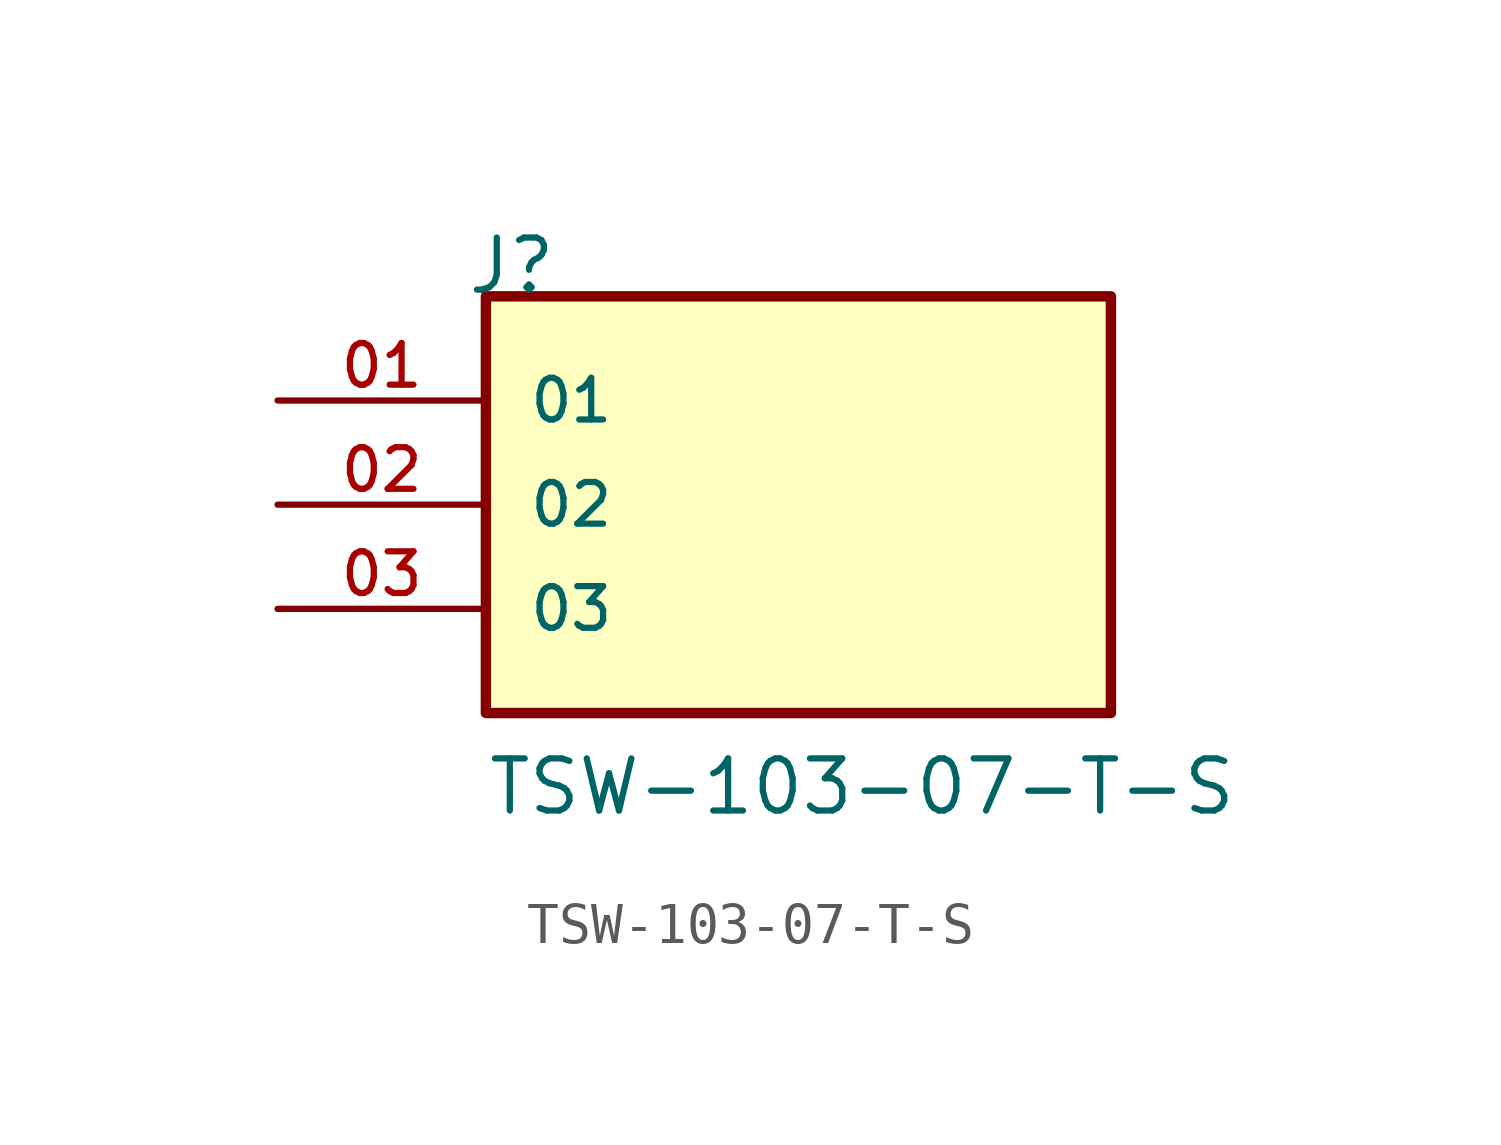
<source format=kicad_sym>
(kicad_symbol_lib
  (version 20211014)
  (generator kicad_symbol_editor)
  (symbol "TSW-103-07-T-S"
    (pin_names
      (offset 1.016))
    (property "Reference" "J"
      (at -8.12 5.08 0)
      (effects (font (size 1.27 1.27)) (justify bottom left)))
    (property "Value" "TSW-103-07-T-S"
      (at -7.62 -7.62 0)
      (effects (font (size 1.27 1.27)) (justify bottom left)))
    (symbol "TSW-103-07-T-S_0_0"
      (rectangle (start -7.62 -5.08) (end 7.62 5.08) (stroke (width 0.254)) (fill (type background)))
      (pin passive line (at -12.7 2.54 0) (length 5.08) (name "01" (effects (font (size 1.016 1.016)))) (number "01" (effects (font (size 1.016 1.016)))))
      (pin passive line (at -12.7 0.0 0) (length 5.08) (name "02" (effects (font (size 1.016 1.016)))) (number "02" (effects (font (size 1.016 1.016)))))
      (pin passive line (at -12.7 -2.54 0) (length 5.08) (name "03" (effects (font (size 1.016 1.016)))) (number "03" (effects (font (size 1.016 1.016))))))))
</source>
